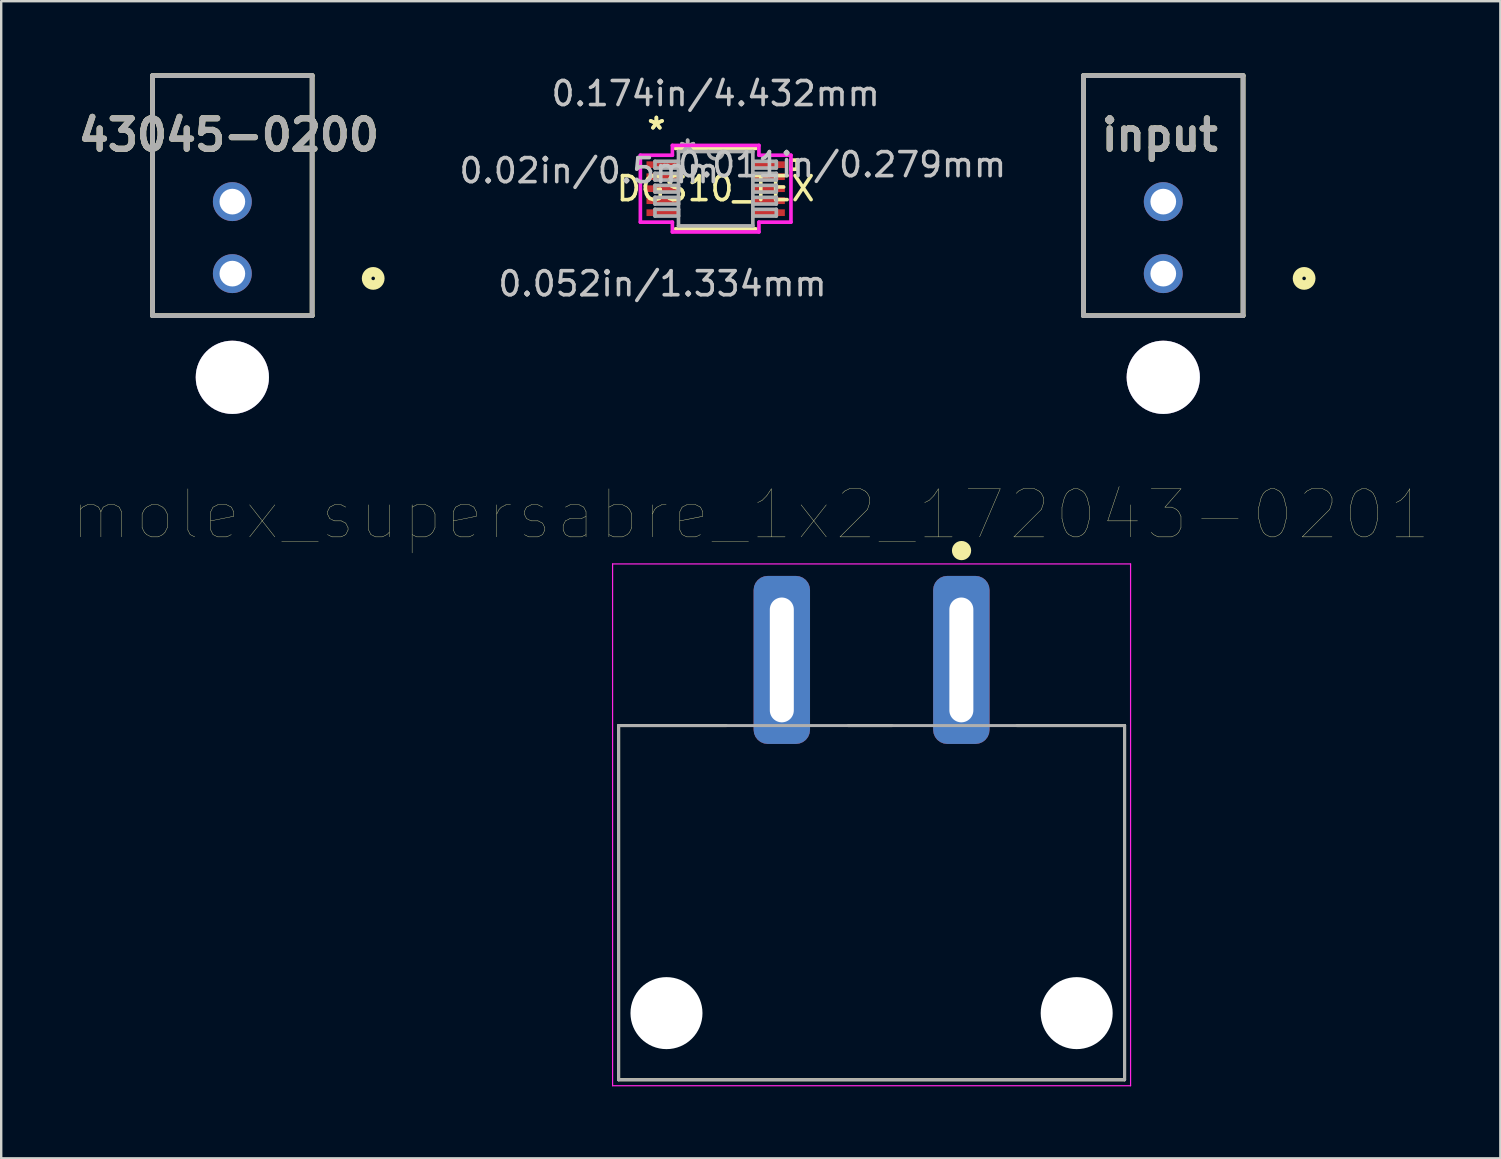
<source format=kicad_pcb>
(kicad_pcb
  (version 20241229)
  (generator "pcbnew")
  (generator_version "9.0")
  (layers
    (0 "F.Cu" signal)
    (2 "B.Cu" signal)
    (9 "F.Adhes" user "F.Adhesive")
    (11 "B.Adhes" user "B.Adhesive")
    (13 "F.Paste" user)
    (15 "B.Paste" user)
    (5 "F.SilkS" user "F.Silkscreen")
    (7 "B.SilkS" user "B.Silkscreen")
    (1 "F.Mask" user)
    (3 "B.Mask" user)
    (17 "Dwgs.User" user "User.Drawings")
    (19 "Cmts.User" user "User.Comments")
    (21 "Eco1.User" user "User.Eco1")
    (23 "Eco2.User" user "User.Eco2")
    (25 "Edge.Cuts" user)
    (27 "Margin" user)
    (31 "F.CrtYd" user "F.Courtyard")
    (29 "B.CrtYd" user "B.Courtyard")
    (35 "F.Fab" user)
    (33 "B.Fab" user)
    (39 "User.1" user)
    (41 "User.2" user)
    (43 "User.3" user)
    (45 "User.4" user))
  (footprint "molex_supersabre_1x2_172043-0201"
    (layer "F.Cu")
    (at 33.262 24.444)
    (property "Reference" "molex_supersabre_1x2_172043-0201" (at -5.033 -6.052 0) (layer "F.SilkS") (effects (font (size 2.002 2.002) (thickness 0.015))))
    (attr through_hole)
    (fp_line (start -10.54 2.735) (end -6.06 2.735) (stroke (width 0.127) (type solid)) (layer "F.SilkS"))
    (fp_line (start -10.54 17.49) (end -10.54 2.735) (stroke (width 0.127) (type solid)) (layer "F.SilkS"))
    (fp_line (start -0.97 2.735) (end 0.843 2.735) (stroke (width 0.127) (type solid)) (layer "F.SilkS"))
    (fp_line (start 6.06 2.735) (end 10.54 2.735) (stroke (width 0.127) (type solid)) (layer "F.SilkS"))
    (fp_line (start 10.54 2.735) (end 10.54 17.49) (stroke (width 0.127) (type solid)) (layer "F.SilkS"))
    (fp_line (start 10.54 17.49) (end -10.54 17.49) (stroke (width 0.127) (type solid)) (layer "F.SilkS"))
    (fp_circle (center 3.748 -4.556) (end 3.948 -4.556) (stroke (width 0.4) (type solid)) (fill no) (layer "F.SilkS"))
    (fp_line (start -10.79 -4) (end 10.79 -4) (stroke (width 0.05) (type solid)) (layer "F.CrtYd"))
    (fp_line (start -10.79 17.74) (end -10.79 -4) (stroke (width 0.05) (type solid)) (layer "F.CrtYd"))
    (fp_line (start 10.79 -4) (end 10.79 17.74) (stroke (width 0.05) (type solid)) (layer "F.CrtYd"))
    (fp_line (start 10.79 17.74) (end -10.79 17.74) (stroke (width 0.05) (type solid)) (layer "F.CrtYd"))
    (fp_line (start -10.54 2.735) (end -10.54 17.49) (stroke (width 0.127) (type solid)) (layer "F.Fab"))
    (fp_line (start -10.54 17.49) (end 10.54 17.49) (stroke (width 0.127) (type solid)) (layer "F.Fab"))
    (fp_line (start 10.54 2.735) (end -10.54 2.735) (stroke (width 0.127) (type solid)) (layer "F.Fab"))
    (fp_line (start 10.54 17.49) (end 10.54 2.735) (stroke (width 0.127) (type solid)) (layer "F.Fab"))
    (pad "" np_thru_hole circle (at -8.545 14.715) (size 3 3) (drill 3) (layers "*.Cu" "*.Mask"))
    (pad "" np_thru_hole circle (at 8.545 14.715) (size 3 3) (drill 3) (layers "*.Cu" "*.Mask"))
    (pad "1" thru_hole roundrect (at -3.74 0) (size 2.35 7) (drill oval 1 5.2) (layers "*.Cu" "*.Mask") (roundrect_rratio 0.25))
    (pad "2" thru_hole roundrect (at 3.74 0) (size 2.35 7) (drill oval 1 5.2) (layers "*.Cu" "*.Mask") (roundrect_rratio 0.25)))
  (footprint "43045-0200"
    (layer "F.Cu")
    (at 6.63 12.67)
    (property "Reference" "43045-0200" (at -0.147 -10.096 0) (layer "F.SilkS") (effects (font (size 1.27 1.27) (thickness 0.254))))
    (attr through_hole)
    (fp_line (start -3.325 -12.57) (end -3.325 -2.57) (stroke (width 0.2) (type solid)) (layer "F.SilkS"))
    (fp_line (start -3.325 -2.57) (end 3.325 -2.57) (stroke (width 0.2) (type solid)) (layer "F.SilkS"))
    (fp_line (start 3.325 -12.57) (end -3.325 -12.57) (stroke (width 0.2) (type solid)) (layer "F.SilkS"))
    (fp_line (start 3.325 -2.57) (end 3.325 -12.57) (stroke (width 0.2) (type solid)) (layer "F.SilkS"))
    (fp_circle (center 5.868 -4.121) (end 5.868 -3.847) (stroke (width 0.4) (type solid)) (fill no) (layer "F.SilkS"))
    (fp_line (start -3.325 -12.57) (end -3.325 -2.57) (stroke (width 0.2) (type solid)) (layer "F.Fab"))
    (fp_line (start -3.325 -2.57) (end 3.325 -2.57) (stroke (width 0.2) (type solid)) (layer "F.Fab"))
    (fp_line (start 3.325 -12.57) (end -3.325 -12.57) (stroke (width 0.2) (type solid)) (layer "F.Fab"))
    (fp_line (start 3.325 -2.57) (end 3.325 -12.57) (stroke (width 0.2) (type solid)) (layer "F.Fab"))
    (fp_text user "${REFERENCE}" (at -0.147 -10.096 0) (layer "F.Fab") (effects (font (size 1.27 1.27) (thickness 0.254))))
    (pad "1" thru_hole circle (at 0 -4.32) (size 1.62 1.62) (drill 1.07) (layers "*.Cu" "*.Mask"))
    (pad "2" thru_hole circle (at 0 -7.32) (size 1.62 1.62) (drill 1.07) (layers "*.Cu" "*.Mask"))
    (pad "3" thru_hole circle (at 0 0) (size 3.05 3.05) (drill 3.05) (layers "*.Cu" "*.Mask")))
  (footprint "input"
    (layer "F.Cu")
    (at 45.414 12.67)
    (property "Reference" "input" (at -0.147 -10.096 0) (layer "F.SilkS") (effects (font (size 1.27 1.27) (thickness 0.254))))
    (attr through_hole)
    (fp_line (start -3.325 -12.57) (end -3.325 -2.57) (stroke (width 0.2) (type solid)) (layer "F.SilkS"))
    (fp_line (start -3.325 -2.57) (end 3.325 -2.57) (stroke (width 0.2) (type solid)) (layer "F.SilkS"))
    (fp_line (start 3.325 -12.57) (end -3.325 -12.57) (stroke (width 0.2) (type solid)) (layer "F.SilkS"))
    (fp_line (start 3.325 -2.57) (end 3.325 -12.57) (stroke (width 0.2) (type solid)) (layer "F.SilkS"))
    (fp_circle (center 5.868 -4.121) (end 5.868 -3.847) (stroke (width 0.4) (type solid)) (fill no) (layer "F.SilkS"))
    (fp_line (start -3.325 -12.57) (end -3.325 -2.57) (stroke (width 0.2) (type solid)) (layer "F.Fab"))
    (fp_line (start -3.325 -2.57) (end 3.325 -2.57) (stroke (width 0.2) (type solid)) (layer "F.Fab"))
    (fp_line (start 3.325 -12.57) (end -3.325 -12.57) (stroke (width 0.2) (type solid)) (layer "F.Fab"))
    (fp_line (start 3.325 -2.57) (end 3.325 -12.57) (stroke (width 0.2) (type solid)) (layer "F.Fab"))
    (fp_text user "${REFERENCE}" (at -0.147 -10.096 0) (layer "F.Fab") (effects (font (size 1.27 1.27) (thickness 0.254))))
    (pad "1" thru_hole circle (at 0 -4.32) (size 1.62 1.62) (drill 1.07) (layers "*.Cu" "*.Mask"))
    (pad "2" thru_hole circle (at 0 -7.32) (size 1.62 1.62) (drill 1.07) (layers "*.Cu" "*.Mask"))
    (pad "3" thru_hole circle (at 0 0) (size 3.05 3.05) (drill 3.05) (layers "*.Cu" "*.Mask")))
  (footprint "DGS10_TEX"
    (layer "F.Cu")
    (at 26.766 4.811)
    (property "Reference" "DGS10_TEX" (at 0 0 0) (layer "F.SilkS") (effects (font (size 1 1) (thickness 0.15))))
    (attr through_hole)
    (fp_line (start -1.676 1.676) (end 1.676 1.676) (stroke (width 0.152) (type solid)) (layer "F.SilkS"))
    (fp_line (start 1.676 -1.676) (end -1.676 -1.676) (stroke (width 0.152) (type solid)) (layer "F.SilkS"))
    (fp_line (start 3.137 -1.191) (end 3.391 -1.191) (stroke (width 0.152) (type solid)) (layer "F.SilkS"))
    (fp_line (start 3.137 -0.81) (end 3.137 -1.191) (stroke (width 0.152) (type solid)) (layer "F.SilkS"))
    (fp_line (start 3.391 -1.191) (end 3.391 -0.81) (stroke (width 0.152) (type solid)) (layer "F.SilkS"))
    (fp_line (start 3.391 -0.81) (end 3.137 -0.81) (stroke (width 0.152) (type solid)) (layer "F.SilkS"))
    (fp_line (start -3.137 -1.394) (end -1.803 -1.394) (stroke (width 0.152) (type solid)) (layer "F.CrtYd"))
    (fp_line (start -3.137 1.394) (end -3.137 -1.394) (stroke (width 0.152) (type solid)) (layer "F.CrtYd"))
    (fp_line (start -1.803 -1.803) (end 1.803 -1.803) (stroke (width 0.152) (type solid)) (layer "F.CrtYd"))
    (fp_line (start -1.803 -1.394) (end -1.803 -1.803) (stroke (width 0.152) (type solid)) (layer "F.CrtYd"))
    (fp_line (start -1.803 1.394) (end -3.137 1.394) (stroke (width 0.152) (type solid)) (layer "F.CrtYd"))
    (fp_line (start -1.803 1.803) (end -1.803 1.394) (stroke (width 0.152) (type solid)) (layer "F.CrtYd"))
    (fp_line (start 1.803 -1.803) (end 1.803 -1.394) (stroke (width 0.152) (type solid)) (layer "F.CrtYd"))
    (fp_line (start 1.803 -1.394) (end 3.137 -1.394) (stroke (width 0.152) (type solid)) (layer "F.CrtYd"))
    (fp_line (start 1.803 1.394) (end 1.803 1.803) (stroke (width 0.152) (type solid)) (layer "F.CrtYd"))
    (fp_line (start 1.803 1.803) (end -1.803 1.803) (stroke (width 0.152) (type solid)) (layer "F.CrtYd"))
    (fp_line (start 3.137 -1.394) (end 3.137 1.394) (stroke (width 0.152) (type solid)) (layer "F.CrtYd"))
    (fp_line (start 3.137 1.394) (end 1.803 1.394) (stroke (width 0.152) (type solid)) (layer "F.CrtYd"))
    (fp_line (start -2.527 -1.14) (end -2.527 -0.86) (stroke (width 0.152) (type solid)) (layer "F.Fab"))
    (fp_line (start -2.527 -0.86) (end -1.549 -0.86) (stroke (width 0.152) (type solid)) (layer "F.Fab"))
    (fp_line (start -2.527 -0.64) (end -2.527 -0.36) (stroke (width 0.152) (type solid)) (layer "F.Fab"))
    (fp_line (start -2.527 -0.36) (end -1.549 -0.36) (stroke (width 0.152) (type solid)) (layer "F.Fab"))
    (fp_line (start -2.527 -0.14) (end -2.527 0.14) (stroke (width 0.152) (type solid)) (layer "F.Fab"))
    (fp_line (start -2.527 0.14) (end -1.549 0.14) (stroke (width 0.152) (type solid)) (layer "F.Fab"))
    (fp_line (start -2.527 0.36) (end -2.527 0.64) (stroke (width 0.152) (type solid)) (layer "F.Fab"))
    (fp_line (start -2.527 0.64) (end -1.549 0.64) (stroke (width 0.152) (type solid)) (layer "F.Fab"))
    (fp_line (start -2.527 0.86) (end -2.527 1.14) (stroke (width 0.152) (type solid)) (layer "F.Fab"))
    (fp_line (start -2.527 1.14) (end -1.549 1.14) (stroke (width 0.152) (type solid)) (layer "F.Fab"))
    (fp_line (start -1.549 -1.549) (end -1.549 1.549) (stroke (width 0.152) (type solid)) (layer "F.Fab"))
    (fp_line (start -1.549 -1.14) (end -2.527 -1.14) (stroke (width 0.152) (type solid)) (layer "F.Fab"))
    (fp_line (start -1.549 -0.86) (end -1.549 -1.14) (stroke (width 0.152) (type solid)) (layer "F.Fab"))
    (fp_line (start -1.549 -0.64) (end -2.527 -0.64) (stroke (width 0.152) (type solid)) (layer "F.Fab"))
    (fp_line (start -1.549 -0.36) (end -1.549 -0.64) (stroke (width 0.152) (type solid)) (layer "F.Fab"))
    (fp_line (start -1.549 -0.14) (end -2.527 -0.14) (stroke (width 0.152) (type solid)) (layer "F.Fab"))
    (fp_line (start -1.549 0.14) (end -1.549 -0.14) (stroke (width 0.152) (type solid)) (layer "F.Fab"))
    (fp_line (start -1.549 0.36) (end -2.527 0.36) (stroke (width 0.152) (type solid)) (layer "F.Fab"))
    (fp_line (start -1.549 0.64) (end -1.549 0.36) (stroke (width 0.152) (type solid)) (layer "F.Fab"))
    (fp_line (start -1.549 0.86) (end -2.527 0.86) (stroke (width 0.152) (type solid)) (layer "F.Fab"))
    (fp_line (start -1.549 1.14) (end -1.549 0.86) (stroke (width 0.152) (type solid)) (layer "F.Fab"))
    (fp_line (start -1.549 1.549) (end 1.549 1.549) (stroke (width 0.152) (type solid)) (layer "F.Fab"))
    (fp_line (start 1.549 -1.549) (end -1.549 -1.549) (stroke (width 0.152) (type solid)) (layer "F.Fab"))
    (fp_line (start 1.549 -1.14) (end 1.549 -0.86) (stroke (width 0.152) (type solid)) (layer "F.Fab"))
    (fp_line (start 1.549 -0.86) (end 2.527 -0.86) (stroke (width 0.152) (type solid)) (layer "F.Fab"))
    (fp_line (start 1.549 -0.64) (end 1.549 -0.36) (stroke (width 0.152) (type solid)) (layer "F.Fab"))
    (fp_line (start 1.549 -0.36) (end 2.527 -0.36) (stroke (width 0.152) (type solid)) (layer "F.Fab"))
    (fp_line (start 1.549 -0.14) (end 1.549 0.14) (stroke (width 0.152) (type solid)) (layer "F.Fab"))
    (fp_line (start 1.549 0.14) (end 2.527 0.14) (stroke (width 0.152) (type solid)) (layer "F.Fab"))
    (fp_line (start 1.549 0.36) (end 1.549 0.64) (stroke (width 0.152) (type solid)) (layer "F.Fab"))
    (fp_line (start 1.549 0.64) (end 2.527 0.64) (stroke (width 0.152) (type solid)) (layer "F.Fab"))
    (fp_line (start 1.549 0.86) (end 1.549 1.14) (stroke (width 0.152) (type solid)) (layer "F.Fab"))
    (fp_line (start 1.549 1.14) (end 2.527 1.14) (stroke (width 0.152) (type solid)) (layer "F.Fab"))
    (fp_line (start 1.549 1.549) (end 1.549 -1.549) (stroke (width 0.152) (type solid)) (layer "F.Fab"))
    (fp_line (start 2.527 -1.14) (end 1.549 -1.14) (stroke (width 0.152) (type solid)) (layer "F.Fab"))
    (fp_line (start 2.527 -0.86) (end 2.527 -1.14) (stroke (width 0.152) (type solid)) (layer "F.Fab"))
    (fp_line (start 2.527 -0.64) (end 1.549 -0.64) (stroke (width 0.152) (type solid)) (layer "F.Fab"))
    (fp_line (start 2.527 -0.36) (end 2.527 -0.64) (stroke (width 0.152) (type solid)) (layer "F.Fab"))
    (fp_line (start 2.527 -0.14) (end 1.549 -0.14) (stroke (width 0.152) (type solid)) (layer "F.Fab"))
    (fp_line (start 2.527 0.14) (end 2.527 -0.14) (stroke (width 0.152) (type solid)) (layer "F.Fab"))
    (fp_line (start 2.527 0.36) (end 1.549 0.36) (stroke (width 0.152) (type solid)) (layer "F.Fab"))
    (fp_line (start 2.527 0.64) (end 2.527 0.36) (stroke (width 0.152) (type solid)) (layer "F.Fab"))
    (fp_line (start 2.527 0.86) (end 1.549 0.86) (stroke (width 0.152) (type solid)) (layer "F.Fab"))
    (fp_line (start 2.527 1.14) (end 2.527 0.86) (stroke (width 0.152) (type solid)) (layer "F.Fab"))
    (fp_arc (start 0.3048 -1.5494) (mid 0 -1.2446) (end -0.3048 -1.5494) (stroke (width 0.1524) (type solid)) (layer "F.Fab"))
    (fp_text user "*" (at -2.47 -2.422 0) (layer "F.SilkS") (effects (font (size 1 1) (thickness 0.15))))
    (fp_text user "*" (at -2.47 -2.422 0) (layer "F.SilkS") (effects (font (size 1 1) (thickness 0.15))))
    (fp_text user "0.174in/4.432mm" (at 0 -3.962 0) (layer "Dwgs.User") (effects (font (size 1 1) (thickness 0.15))))
    (fp_text user "0.052in/1.334mm" (at -2.216 3.962 0) (layer "Dwgs.User") (effects (font (size 1 1) (thickness 0.15))))
    (fp_text user "0.011in/0.279mm" (at 5.264 -1 0) (layer "Dwgs.User") (effects (font (size 1 1) (thickness 0.15))))
    (fp_text user "0.02in/0.5mm" (at -5.264 -0.75 0) (layer "Dwgs.User") (effects (font (size 1 1) (thickness 0.15))))
    (fp_text user "Copyright 2016 Accelerated Designs. All rights reserved." (at 0 0 0) (layer "Cmts.User") (effects (font (size 0.127 0.127) (thickness 0.002))))
    (fp_text user "*" (at -1.168 -1.473 0) (layer "F.Fab") (effects (font (size 1 1) (thickness 0.15))))
    (fp_text user "*" (at -1.168 -1.473 0) (layer "F.Fab") (effects (font (size 1 1) (thickness 0.15))))
    (pad "1" smd rect (at -2.216 -1) (size 1.333 0.279) (layers "F.Cu" "F.Mask" "F.Paste"))
    (pad "2" smd rect (at -2.216 -0.5) (size 1.333 0.279) (layers "F.Cu" "F.Mask" "F.Paste"))
    (pad "3" smd rect (at -2.216 0) (size 1.333 0.279) (layers "F.Cu" "F.Mask" "F.Paste"))
    (pad "4" smd rect (at -2.216 0.5) (size 1.333 0.279) (layers "F.Cu" "F.Mask" "F.Paste"))
    (pad "5" smd rect (at -2.216 1) (size 1.333 0.279) (layers "F.Cu" "F.Mask" "F.Paste"))
    (pad "6" smd rect (at 2.216 1) (size 1.333 0.279) (layers "F.Cu" "F.Mask" "F.Paste"))
    (pad "7" smd rect (at 2.216 0.5) (size 1.333 0.279) (layers "F.Cu" "F.Mask" "F.Paste"))
    (pad "8" smd rect (at 2.216 0) (size 1.333 0.279) (layers "F.Cu" "F.Mask" "F.Paste"))
    (pad "9" smd rect (at 2.216 -0.5) (size 1.333 0.279) (layers "F.Cu" "F.Mask" "F.Paste"))
    (pad "10" smd rect (at 2.216 -1) (size 1.333 0.279) (layers "F.Cu" "F.Mask" "F.Paste")))
  (gr_rect
    (start -3 -3)
    (end 59.458 45.209)
    (stroke (width 0.1) (type default))
    (fill no)
    (layer "Edge.Cuts")))
</source>
